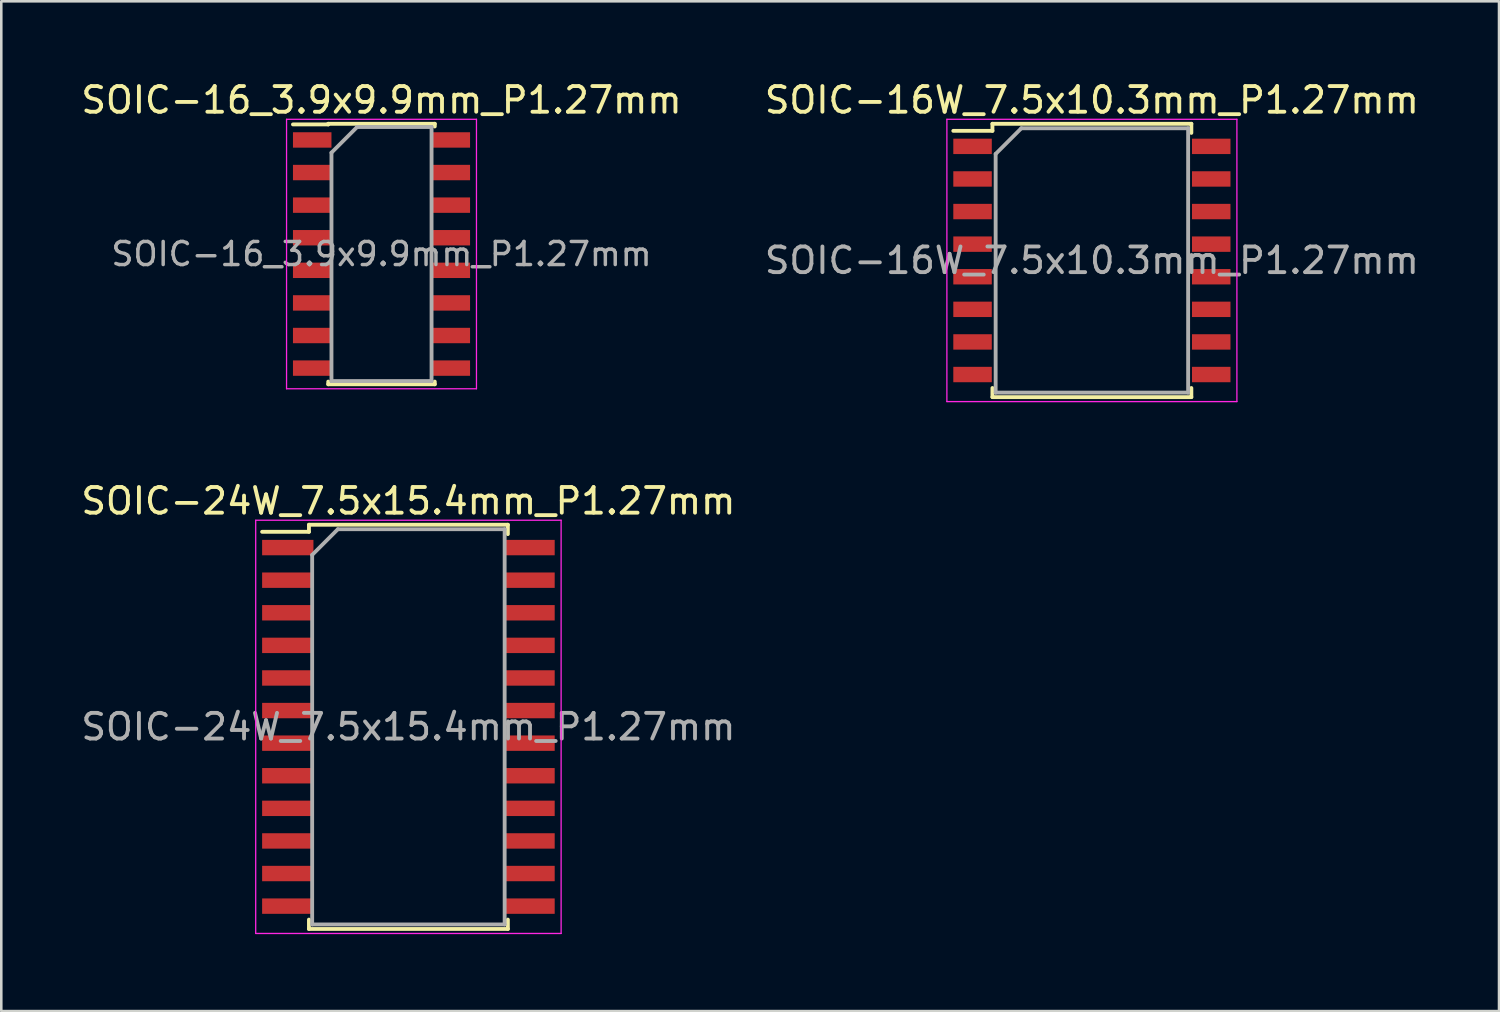
<source format=kicad_pcb>
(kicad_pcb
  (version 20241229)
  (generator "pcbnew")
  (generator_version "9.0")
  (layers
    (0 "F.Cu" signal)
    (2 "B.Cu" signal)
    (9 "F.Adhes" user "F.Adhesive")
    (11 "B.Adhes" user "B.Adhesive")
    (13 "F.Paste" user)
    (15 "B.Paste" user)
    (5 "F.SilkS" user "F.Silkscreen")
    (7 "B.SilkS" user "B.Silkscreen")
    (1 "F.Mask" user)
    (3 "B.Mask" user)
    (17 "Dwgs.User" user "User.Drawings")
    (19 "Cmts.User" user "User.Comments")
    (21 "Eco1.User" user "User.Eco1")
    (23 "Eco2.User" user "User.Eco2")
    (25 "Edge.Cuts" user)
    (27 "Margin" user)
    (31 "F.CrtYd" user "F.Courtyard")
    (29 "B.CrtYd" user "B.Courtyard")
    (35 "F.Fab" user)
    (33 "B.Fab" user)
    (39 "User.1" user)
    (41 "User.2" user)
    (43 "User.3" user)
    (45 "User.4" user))
  (footprint "SOIC-16_3.9x9.9mm_P1.27mm"
    (layer "F.Cu")
    (at 11.815 6.848)
    (property "Reference" "SOIC-16_3.9x9.9mm_P1.27mm" (at 0 -6 0) (layer "F.SilkS") (effects (font (size 1 1) (thickness 0.15))))
    (attr smd)
    (fp_line (start -2.075 -5.075) (end -2.075 -5.05) (stroke (width 0.15) (type solid)) (layer "F.SilkS"))
    (fp_line (start -2.075 -5.075) (end 2.075 -5.075) (stroke (width 0.15) (type solid)) (layer "F.SilkS"))
    (fp_line (start -2.075 -5.05) (end -3.45 -5.05) (stroke (width 0.15) (type solid)) (layer "F.SilkS"))
    (fp_line (start -2.075 5.075) (end -2.075 4.97) (stroke (width 0.15) (type solid)) (layer "F.SilkS"))
    (fp_line (start -2.075 5.075) (end 2.075 5.075) (stroke (width 0.15) (type solid)) (layer "F.SilkS"))
    (fp_line (start 2.075 -5.075) (end 2.075 -4.97) (stroke (width 0.15) (type solid)) (layer "F.SilkS"))
    (fp_line (start 2.075 5.075) (end 2.075 4.97) (stroke (width 0.15) (type solid)) (layer "F.SilkS"))
    (fp_line (start -3.7 -5.25) (end -3.7 5.25) (stroke (width 0.05) (type solid)) (layer "F.CrtYd"))
    (fp_line (start -3.7 -5.25) (end 3.7 -5.25) (stroke (width 0.05) (type solid)) (layer "F.CrtYd"))
    (fp_line (start -3.7 5.25) (end 3.7 5.25) (stroke (width 0.05) (type solid)) (layer "F.CrtYd"))
    (fp_line (start 3.7 -5.25) (end 3.7 5.25) (stroke (width 0.05) (type solid)) (layer "F.CrtYd"))
    (fp_line (start -1.95 -3.95) (end -0.95 -4.95) (stroke (width 0.15) (type solid)) (layer "F.Fab"))
    (fp_line (start -1.95 4.95) (end -1.95 -3.95) (stroke (width 0.15) (type solid)) (layer "F.Fab"))
    (fp_line (start -0.95 -4.95) (end 1.95 -4.95) (stroke (width 0.15) (type solid)) (layer "F.Fab"))
    (fp_line (start 1.95 -4.95) (end 1.95 4.95) (stroke (width 0.15) (type solid)) (layer "F.Fab"))
    (fp_line (start 1.95 4.95) (end -1.95 4.95) (stroke (width 0.15) (type solid)) (layer "F.Fab"))
    (fp_text user "${REFERENCE}" (at 0 0 0) (layer "F.Fab") (effects (font (size 0.9 0.9) (thickness 0.135))))
    (pad "1" smd rect (at -2.7 -4.445) (size 1.5 0.6) (layers "F.Cu" "F.Mask" "F.Paste"))
    (pad "2" smd rect (at -2.7 -3.175) (size 1.5 0.6) (layers "F.Cu" "F.Mask" "F.Paste"))
    (pad "3" smd rect (at -2.7 -1.905) (size 1.5 0.6) (layers "F.Cu" "F.Mask" "F.Paste"))
    (pad "4" smd rect (at -2.7 -0.635) (size 1.5 0.6) (layers "F.Cu" "F.Mask" "F.Paste"))
    (pad "5" smd rect (at -2.7 0.635) (size 1.5 0.6) (layers "F.Cu" "F.Mask" "F.Paste"))
    (pad "6" smd rect (at -2.7 1.905) (size 1.5 0.6) (layers "F.Cu" "F.Mask" "F.Paste"))
    (pad "7" smd rect (at -2.7 3.175) (size 1.5 0.6) (layers "F.Cu" "F.Mask" "F.Paste"))
    (pad "8" smd rect (at -2.7 4.445) (size 1.5 0.6) (layers "F.Cu" "F.Mask" "F.Paste"))
    (pad "9" smd rect (at 2.7 4.445) (size 1.5 0.6) (layers "F.Cu" "F.Mask" "F.Paste"))
    (pad "10" smd rect (at 2.7 3.175) (size 1.5 0.6) (layers "F.Cu" "F.Mask" "F.Paste"))
    (pad "11" smd rect (at 2.7 1.905) (size 1.5 0.6) (layers "F.Cu" "F.Mask" "F.Paste"))
    (pad "12" smd rect (at 2.7 0.635) (size 1.5 0.6) (layers "F.Cu" "F.Mask" "F.Paste"))
    (pad "13" smd rect (at 2.7 -0.635) (size 1.5 0.6) (layers "F.Cu" "F.Mask" "F.Paste"))
    (pad "14" smd rect (at 2.7 -1.905) (size 1.5 0.6) (layers "F.Cu" "F.Mask" "F.Paste"))
    (pad "15" smd rect (at 2.7 -3.175) (size 1.5 0.6) (layers "F.Cu" "F.Mask" "F.Paste"))
    (pad "16" smd rect (at 2.7 -4.445) (size 1.5 0.6) (layers "F.Cu" "F.Mask" "F.Paste")))
  (footprint "SOIC-24W_7.5x15.4mm_P1.27mm"
    (layer "F.Cu")
    (at 12.863 25.271)
    (property "Reference" "SOIC-24W_7.5x15.4mm_P1.27mm" (at 0 -8.8 0) (layer "F.SilkS") (effects (font (size 1 1) (thickness 0.15))))
    (attr smd)
    (fp_line (start -3.875 -7.875) (end -3.875 -7.6) (stroke (width 0.15) (type solid)) (layer "F.SilkS"))
    (fp_line (start -3.875 -7.875) (end 3.875 -7.875) (stroke (width 0.15) (type solid)) (layer "F.SilkS"))
    (fp_line (start -3.875 -7.6) (end -5.7 -7.6) (stroke (width 0.15) (type solid)) (layer "F.SilkS"))
    (fp_line (start -3.875 7.875) (end -3.875 7.51) (stroke (width 0.15) (type solid)) (layer "F.SilkS"))
    (fp_line (start -3.875 7.875) (end 3.875 7.875) (stroke (width 0.15) (type solid)) (layer "F.SilkS"))
    (fp_line (start 3.875 -7.875) (end 3.875 -7.51) (stroke (width 0.15) (type solid)) (layer "F.SilkS"))
    (fp_line (start 3.875 7.875) (end 3.875 7.51) (stroke (width 0.15) (type solid)) (layer "F.SilkS"))
    (fp_line (start -5.95 -8.05) (end -5.95 8.05) (stroke (width 0.05) (type solid)) (layer "F.CrtYd"))
    (fp_line (start -5.95 -8.05) (end 5.95 -8.05) (stroke (width 0.05) (type solid)) (layer "F.CrtYd"))
    (fp_line (start -5.95 8.05) (end 5.95 8.05) (stroke (width 0.05) (type solid)) (layer "F.CrtYd"))
    (fp_line (start 5.95 -8.05) (end 5.95 8.05) (stroke (width 0.05) (type solid)) (layer "F.CrtYd"))
    (fp_line (start -3.75 -6.7) (end -2.75 -7.7) (stroke (width 0.15) (type solid)) (layer "F.Fab"))
    (fp_line (start -3.75 7.7) (end -3.75 -6.7) (stroke (width 0.15) (type solid)) (layer "F.Fab"))
    (fp_line (start -2.75 -7.7) (end 3.75 -7.7) (stroke (width 0.15) (type solid)) (layer "F.Fab"))
    (fp_line (start 3.75 -7.7) (end 3.75 7.7) (stroke (width 0.15) (type solid)) (layer "F.Fab"))
    (fp_line (start 3.75 7.7) (end -3.75 7.7) (stroke (width 0.15) (type solid)) (layer "F.Fab"))
    (fp_text user "${REFERENCE}" (at 0 0 0) (layer "F.Fab") (effects (font (size 1 1) (thickness 0.15))))
    (pad "1" smd rect (at -4.7 -6.985) (size 2 0.6) (layers "F.Cu" "F.Mask" "F.Paste"))
    (pad "2" smd rect (at -4.7 -5.715) (size 2 0.6) (layers "F.Cu" "F.Mask" "F.Paste"))
    (pad "3" smd rect (at -4.7 -4.445) (size 2 0.6) (layers "F.Cu" "F.Mask" "F.Paste"))
    (pad "4" smd rect (at -4.7 -3.175) (size 2 0.6) (layers "F.Cu" "F.Mask" "F.Paste"))
    (pad "5" smd rect (at -4.7 -1.905) (size 2 0.6) (layers "F.Cu" "F.Mask" "F.Paste"))
    (pad "6" smd rect (at -4.7 -0.635) (size 2 0.6) (layers "F.Cu" "F.Mask" "F.Paste"))
    (pad "7" smd rect (at -4.7 0.635) (size 2 0.6) (layers "F.Cu" "F.Mask" "F.Paste"))
    (pad "8" smd rect (at -4.7 1.905) (size 2 0.6) (layers "F.Cu" "F.Mask" "F.Paste"))
    (pad "9" smd rect (at -4.7 3.175) (size 2 0.6) (layers "F.Cu" "F.Mask" "F.Paste"))
    (pad "10" smd rect (at -4.7 4.445) (size 2 0.6) (layers "F.Cu" "F.Mask" "F.Paste"))
    (pad "11" smd rect (at -4.7 5.715) (size 2 0.6) (layers "F.Cu" "F.Mask" "F.Paste"))
    (pad "12" smd rect (at -4.7 6.985) (size 2 0.6) (layers "F.Cu" "F.Mask" "F.Paste"))
    (pad "13" smd rect (at 4.7 6.985) (size 2 0.6) (layers "F.Cu" "F.Mask" "F.Paste"))
    (pad "14" smd rect (at 4.7 5.715) (size 2 0.6) (layers "F.Cu" "F.Mask" "F.Paste"))
    (pad "15" smd rect (at 4.7 4.445) (size 2 0.6) (layers "F.Cu" "F.Mask" "F.Paste"))
    (pad "16" smd rect (at 4.7 3.175) (size 2 0.6) (layers "F.Cu" "F.Mask" "F.Paste"))
    (pad "17" smd rect (at 4.7 1.905) (size 2 0.6) (layers "F.Cu" "F.Mask" "F.Paste"))
    (pad "18" smd rect (at 4.7 0.635) (size 2 0.6) (layers "F.Cu" "F.Mask" "F.Paste"))
    (pad "19" smd rect (at 4.7 -0.635) (size 2 0.6) (layers "F.Cu" "F.Mask" "F.Paste"))
    (pad "20" smd rect (at 4.7 -1.905) (size 2 0.6) (layers "F.Cu" "F.Mask" "F.Paste"))
    (pad "21" smd rect (at 4.7 -3.175) (size 2 0.6) (layers "F.Cu" "F.Mask" "F.Paste"))
    (pad "22" smd rect (at 4.7 -4.445) (size 2 0.6) (layers "F.Cu" "F.Mask" "F.Paste"))
    (pad "23" smd rect (at 4.7 -5.715) (size 2 0.6) (layers "F.Cu" "F.Mask" "F.Paste"))
    (pad "24" smd rect (at 4.7 -6.985) (size 2 0.6) (layers "F.Cu" "F.Mask" "F.Paste")))
  (footprint "SOIC-16W_7.5x10.3mm_P1.27mm"
    (layer "F.Cu")
    (at 39.494 7.098)
    (property "Reference" "SOIC-16W_7.5x10.3mm_P1.27mm" (at 0 -6.25 0) (layer "F.SilkS") (effects (font (size 1 1) (thickness 0.15))))
    (attr smd)
    (fp_line (start -3.875 -5.325) (end -3.875 -5.05) (stroke (width 0.15) (type solid)) (layer "F.SilkS"))
    (fp_line (start -3.875 -5.325) (end 3.875 -5.325) (stroke (width 0.15) (type solid)) (layer "F.SilkS"))
    (fp_line (start -3.875 -5.05) (end -5.4 -5.05) (stroke (width 0.15) (type solid)) (layer "F.SilkS"))
    (fp_line (start -3.875 5.325) (end -3.875 4.97) (stroke (width 0.15) (type solid)) (layer "F.SilkS"))
    (fp_line (start -3.875 5.325) (end 3.875 5.325) (stroke (width 0.15) (type solid)) (layer "F.SilkS"))
    (fp_line (start 3.875 -5.325) (end 3.875 -4.97) (stroke (width 0.15) (type solid)) (layer "F.SilkS"))
    (fp_line (start 3.875 5.325) (end 3.875 4.97) (stroke (width 0.15) (type solid)) (layer "F.SilkS"))
    (fp_line (start -5.65 -5.5) (end -5.65 5.5) (stroke (width 0.05) (type solid)) (layer "F.CrtYd"))
    (fp_line (start -5.65 -5.5) (end 5.65 -5.5) (stroke (width 0.05) (type solid)) (layer "F.CrtYd"))
    (fp_line (start -5.65 5.5) (end 5.65 5.5) (stroke (width 0.05) (type solid)) (layer "F.CrtYd"))
    (fp_line (start 5.65 -5.5) (end 5.65 5.5) (stroke (width 0.05) (type solid)) (layer "F.CrtYd"))
    (fp_line (start -3.75 -4.15) (end -2.75 -5.15) (stroke (width 0.15) (type solid)) (layer "F.Fab"))
    (fp_line (start -3.75 5.15) (end -3.75 -4.15) (stroke (width 0.15) (type solid)) (layer "F.Fab"))
    (fp_line (start -2.75 -5.15) (end 3.75 -5.15) (stroke (width 0.15) (type solid)) (layer "F.Fab"))
    (fp_line (start 3.75 -5.15) (end 3.75 5.15) (stroke (width 0.15) (type solid)) (layer "F.Fab"))
    (fp_line (start 3.75 5.15) (end -3.75 5.15) (stroke (width 0.15) (type solid)) (layer "F.Fab"))
    (fp_text user "${REFERENCE}" (at 0 0 0) (layer "F.Fab") (effects (font (size 1 1) (thickness 0.15))))
    (pad "1" smd rect (at -4.65 -4.445) (size 1.5 0.6) (layers "F.Cu" "F.Mask" "F.Paste"))
    (pad "2" smd rect (at -4.65 -3.175) (size 1.5 0.6) (layers "F.Cu" "F.Mask" "F.Paste"))
    (pad "3" smd rect (at -4.65 -1.905) (size 1.5 0.6) (layers "F.Cu" "F.Mask" "F.Paste"))
    (pad "4" smd rect (at -4.65 -0.635) (size 1.5 0.6) (layers "F.Cu" "F.Mask" "F.Paste"))
    (pad "5" smd rect (at -4.65 0.635) (size 1.5 0.6) (layers "F.Cu" "F.Mask" "F.Paste"))
    (pad "6" smd rect (at -4.65 1.905) (size 1.5 0.6) (layers "F.Cu" "F.Mask" "F.Paste"))
    (pad "7" smd rect (at -4.65 3.175) (size 1.5 0.6) (layers "F.Cu" "F.Mask" "F.Paste"))
    (pad "8" smd rect (at -4.65 4.445) (size 1.5 0.6) (layers "F.Cu" "F.Mask" "F.Paste"))
    (pad "9" smd rect (at 4.65 4.445) (size 1.5 0.6) (layers "F.Cu" "F.Mask" "F.Paste"))
    (pad "10" smd rect (at 4.65 3.175) (size 1.5 0.6) (layers "F.Cu" "F.Mask" "F.Paste"))
    (pad "11" smd rect (at 4.65 1.905) (size 1.5 0.6) (layers "F.Cu" "F.Mask" "F.Paste"))
    (pad "12" smd rect (at 4.65 0.635) (size 1.5 0.6) (layers "F.Cu" "F.Mask" "F.Paste"))
    (pad "13" smd rect (at 4.65 -0.635) (size 1.5 0.6) (layers "F.Cu" "F.Mask" "F.Paste"))
    (pad "14" smd rect (at 4.65 -1.905) (size 1.5 0.6) (layers "F.Cu" "F.Mask" "F.Paste"))
    (pad "15" smd rect (at 4.65 -3.175) (size 1.5 0.6) (layers "F.Cu" "F.Mask" "F.Paste"))
    (pad "16" smd rect (at 4.65 -4.445) (size 1.5 0.6) (layers "F.Cu" "F.Mask" "F.Paste")))
  (gr_rect
    (start -3 -3)
    (end 55.357 36.346)
    (stroke (width 0.1) (type default))
    (fill no)
    (layer "Edge.Cuts")))
</source>
